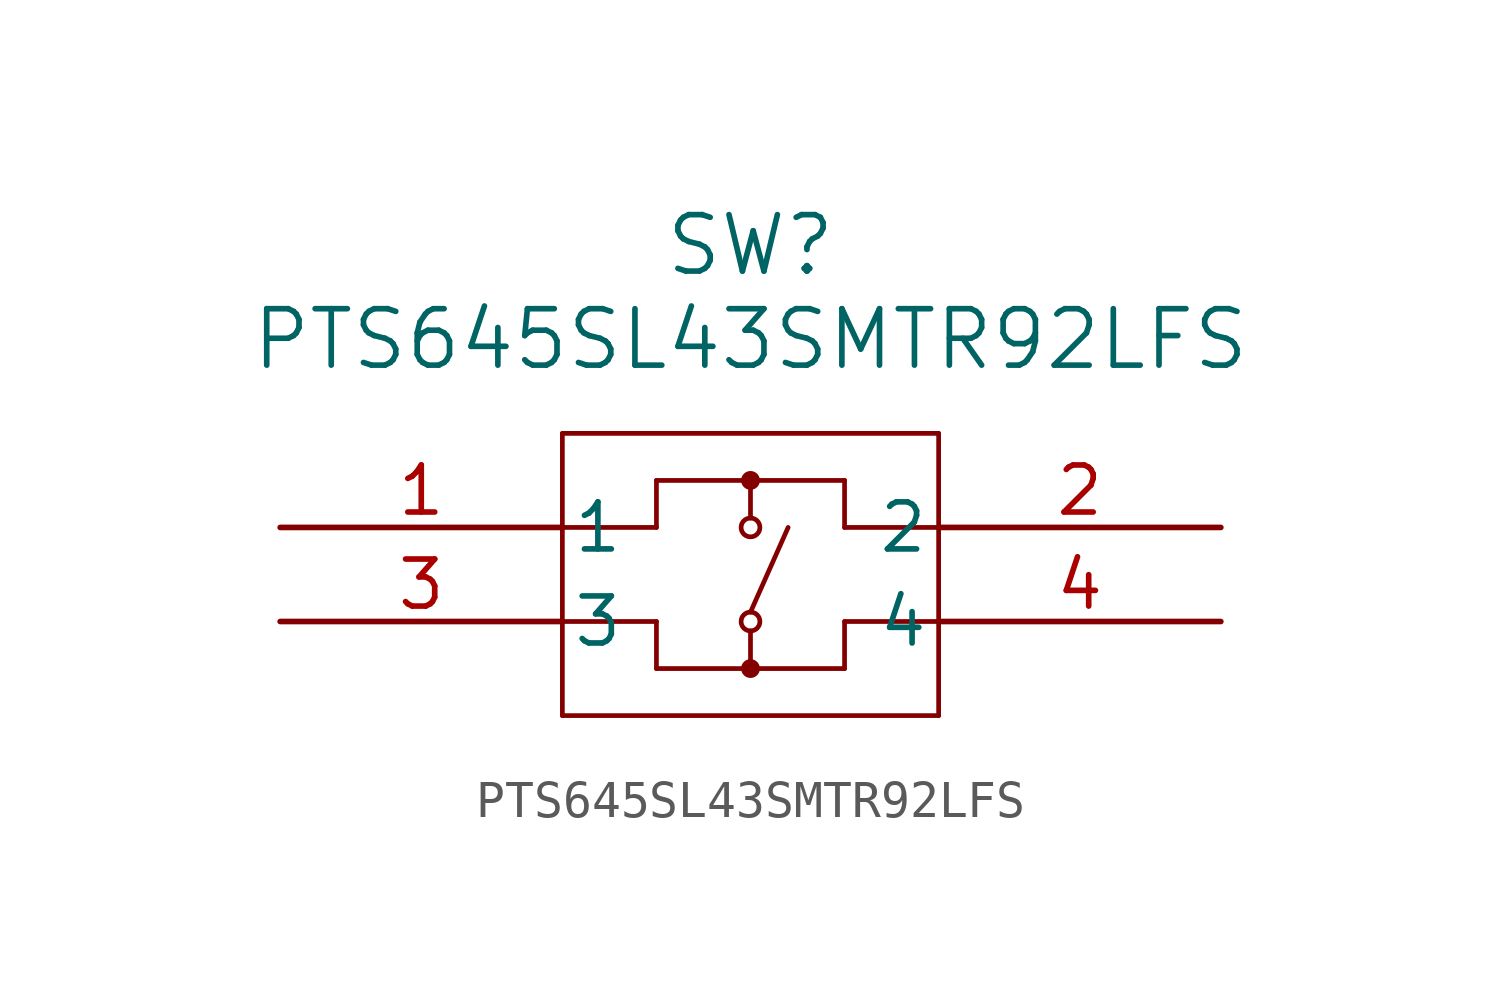
<source format=kicad_sym>
(kicad_symbol_lib
  (version 20211014)
  (generator kicad_symbol_editor)
  (symbol "PTS645SL43SMTR92LFS"
    (pin_names
      (offset 0.254))
    (property "Reference" "SW"
      (at 12.7 7.62 0)
      (effects (font (size 1.524 1.524))))
    (property "Value" "PTS645SL43SMTR92LFS"
      (at 12.7 5.08 0)
      (effects (font (size 1.524 1.524))))
    (symbol "PTS645SL43SMTR92LFS_0_1"
      (polyline (pts (xy 7.62 2.54) (xy 7.62 -5.08)) (stroke (width 0.127) (type default) (color 0 0 0 0)) (fill (type none)))
      (polyline (pts (xy 7.62 -5.08) (xy 17.78 -5.08)) (stroke (width 0.127) (type default) (color 0 0 0 0)) (fill (type none)))
      (polyline (pts (xy 17.78 -5.08) (xy 17.78 2.54)) (stroke (width 0.127) (type default) (color 0 0 0 0)) (fill (type none)))
      (polyline (pts (xy 17.78 2.54) (xy 7.62 2.54)) (stroke (width 0.127) (type default) (color 0 0 0 0)) (fill (type none)))
      (polyline (pts (xy 7.62 0) (xy 10.16 0)) (stroke (width 0.127) (type default) (color 0 0 0 0)) (fill (type none)))
      (polyline (pts (xy 10.16 0) (xy 10.16 1.27)) (stroke (width 0.127) (type default) (color 0 0 0 0)) (fill (type none)))
      (polyline (pts (xy 10.16 1.27) (xy 15.24 1.27)) (stroke (width 0.127) (type default) (color 0 0 0 0)) (fill (type none)))
      (polyline (pts (xy 15.24 1.27) (xy 15.24 0)) (stroke (width 0.127) (type default) (color 0 0 0 0)) (fill (type none)))
      (polyline (pts (xy 15.24 0) (xy 17.78 0)) (stroke (width 0.127) (type default) (color 0 0 0 0)) (fill (type none)))
      (polyline (pts (xy 17.78 -2.54) (xy 15.24 -2.54)) (stroke (width 0.127) (type default) (color 0 0 0 0)) (fill (type none)))
      (polyline (pts (xy 15.24 -2.54) (xy 15.24 -3.81)) (stroke (width 0.127) (type default) (color 0 0 0 0)) (fill (type none)))
      (polyline (pts (xy 15.24 -3.81) (xy 10.16 -3.81)) (stroke (width 0.127) (type default) (color 0 0 0 0)) (fill (type none)))
      (polyline (pts (xy 10.16 -3.81) (xy 10.16 -2.54)) (stroke (width 0.127) (type default) (color 0 0 0 0)) (fill (type none)))
      (polyline (pts (xy 10.16 -2.54) (xy 7.62 -2.54)) (stroke (width 0.127) (type default) (color 0 0 0 0)) (fill (type none)))
      (polyline (pts (xy 12.7 1.27) (xy 12.7 0.254)) (stroke (width 0.127) (type default) (color 0 0 0 0)) (fill (type none)))
      (polyline (pts (xy 12.7 -2.794) (xy 12.7 -3.81)) (stroke (width 0.127) (type default) (color 0 0 0 0)) (fill (type none)))
      (circle (center 12.7 0) (radius 0.254) (stroke (width 0.127) (type default) (color 0 0 0 0)) (fill (type none)))
      (circle (center 12.7 -2.54) (radius 0.254) (stroke (width 0.127) (type default) (color 0 0 0 0)) (fill (type none)))
      (polyline (pts (xy 13.716 0) (xy 12.7 -2.286)) (stroke (width 0.127) (type default) (color 0 0 0 0)) (fill (type none)))
      (circle (center 12.7 1.27) (radius 0.127) (stroke (width 0.254) (type default) (color 0 0 0 0)) (fill (type none)))
      (circle (center 12.7 -3.81) (radius 0.127) (stroke (width 0.254) (type default) (color 0 0 0 0)) (fill (type none)))
      (pin unspecified line (at 0 0 0) (length 7.62) (name "1" (effects (font (size 1.27 1.27)))) (number "1" (effects (font (size 1.27 1.27)))))
      (pin unspecified line (at 25.4 0 180) (length 7.62) (name "2" (effects (font (size 1.27 1.27)))) (number "2" (effects (font (size 1.27 1.27)))))
      (pin unspecified line (at 0 -2.54 0) (length 7.62) (name "3" (effects (font (size 1.27 1.27)))) (number "3" (effects (font (size 1.27 1.27)))))
      (pin unspecified line (at 25.4 -2.54 180) (length 7.62) (name "4" (effects (font (size 1.27 1.27)))) (number "4" (effects (font (size 1.27 1.27))))))))
</source>
